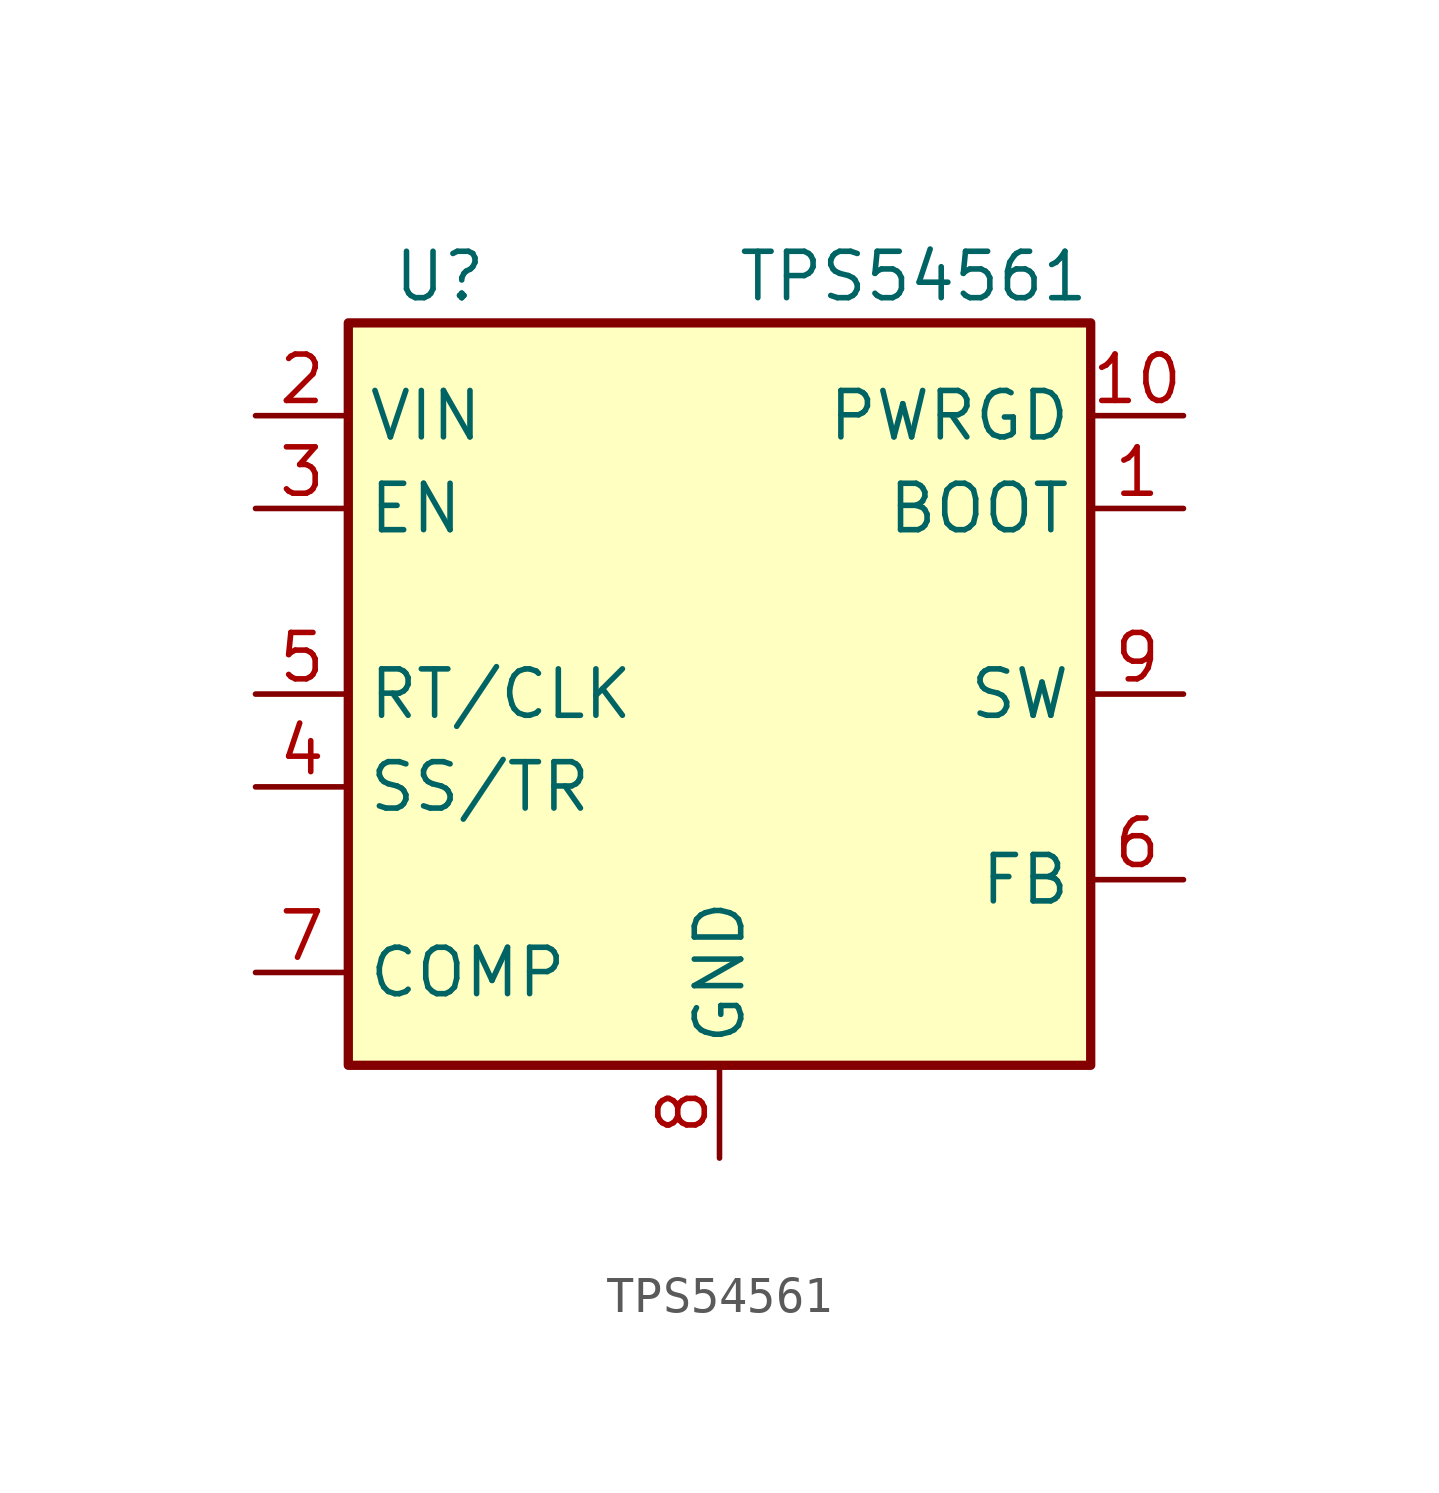
<source format=kicad_sym>
(kicad_symbol_lib
  (version 20231120)
  (generator "kicad_symbol_editor")
  (generator_version "8.0")
  (symbol "TPS54561"
    (property "Reference" "U"
      (at -6.35 11.43 0)
      (effects (font (size 1.27 1.27)) (justify right)))
    (property "Value" "TPS54561"
      (at 10.16 11.43 0)
      (effects (font (size 1.27 1.27)) (justify right)))
    (symbol "TPS54561_0_1"
      (rectangle (start -10.16 10.16) (end 10.16 -10.16) (stroke (width 0.254) (type default)) (fill (type background))))
    (symbol "TPS54561_1_1"
      (pin output line (at 12.7 5.08 180) (length 2.54) (name "BOOT" (effects (font (size 1.27 1.27)))) (number "1" (effects (font (size 1.27 1.27)))))
      (pin output line (at 12.7 7.62 180) (length 2.54) (name "PWRGD" (effects (font (size 1.27 1.27)))) (number "10" (effects (font (size 1.27 1.27)))))
      (pin passive line (at 0 -12.7 90) (length 2.54) hide (name "GND" (effects (font (size 1.27 1.27)))) (number "11" (effects (font (size 1.27 1.27)))))
      (pin power_in line (at -12.7 7.62 0) (length 2.54) (name "VIN" (effects (font (size 1.27 1.27)))) (number "2" (effects (font (size 1.27 1.27)))))
      (pin input line (at -12.7 5.08 0) (length 2.54) (name "EN" (effects (font (size 1.27 1.27)))) (number "3" (effects (font (size 1.27 1.27)))))
      (pin passive line (at -12.7 -2.54 0) (length 2.54) (name "SS/TR" (effects (font (size 1.27 1.27)))) (number "4" (effects (font (size 1.27 1.27)))))
      (pin passive line (at -12.7 0 0) (length 2.54) (name "RT/CLK" (effects (font (size 1.27 1.27)))) (number "5" (effects (font (size 1.27 1.27)))))
      (pin input line (at 12.7 -5.08 180) (length 2.54) (name "FB" (effects (font (size 1.27 1.27)))) (number "6" (effects (font (size 1.27 1.27)))))
      (pin output line (at -12.7 -7.62 0) (length 2.54) (name "COMP" (effects (font (size 1.27 1.27)))) (number "7" (effects (font (size 1.27 1.27)))))
      (pin power_in line (at 0 -12.7 90) (length 2.54) (name "GND" (effects (font (size 1.27 1.27)))) (number "8" (effects (font (size 1.27 1.27)))))
      (pin power_out line (at 12.7 0 180) (length 2.54) (name "SW" (effects (font (size 1.27 1.27)))) (number "9" (effects (font (size 1.27 1.27))))))))
</source>
